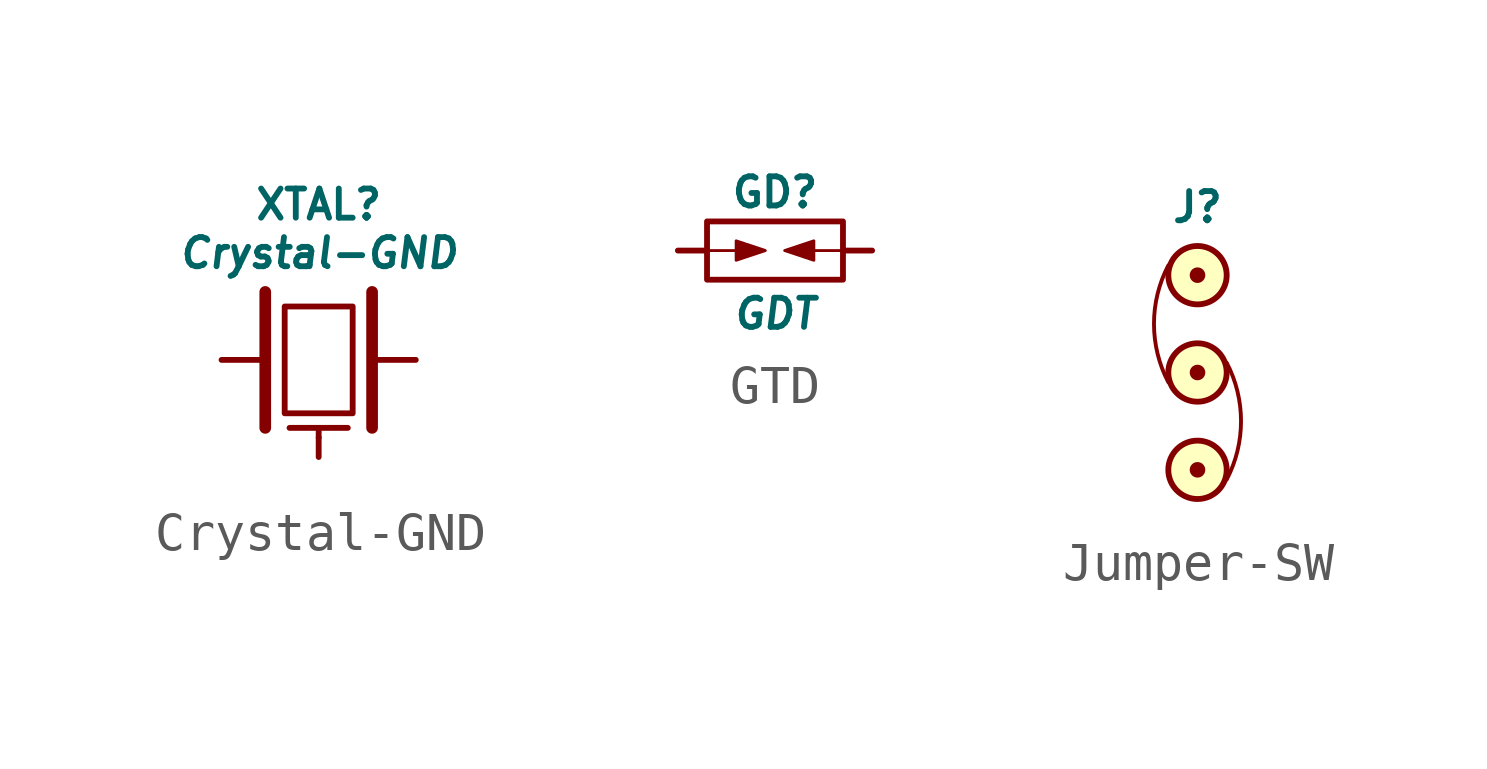
<source format=kicad_sym>
(kicad_symbol_lib
  (version 20231120)
  (generator "kicad_symbol_editor")
  (generator_version "8.0")
  (symbol "Crystal-GND"
    (pin_numbers hide)
    (pin_names
      (offset 0) hide)
    (property "Reference" "XTAL"
      (at 0 4.064 0)
      (effects (font (size 0.762 0.762))))
    (property "Value" "Crystal-GND"
      (at 0 2.794 0)
      (effects (font (size 0.762 0.762) (italic yes))))
    (symbol "Crystal-GND_0_1"
      (polyline (pts (xy -1.397 1.778) (xy -1.397 -1.778)) (stroke (width 0.305) (type solid)) (fill (type none)))
      (polyline (pts (xy -0.762 -1.778) (xy 0.762 -1.778)) (stroke (width 0) (type solid)) (fill (type none)))
      (polyline (pts (xy 0 -2.032) (xy 0 -1.778)) (stroke (width 0) (type solid)) (fill (type none)))
      (polyline (pts (xy 1.397 1.778) (xy 1.397 -1.778)) (stroke (width 0.305) (type solid)) (fill (type none)))
      (rectangle (start 0.889 -1.397) (end -0.889 1.397) (stroke (width 0) (type solid)) (fill (type none))))
    (symbol "Crystal-GND_1_1"
      (pin passive line (at -2.54 0 0) (length 1.143) (name "1" (effects (font (size 0.889 0.889)))) (number "1" (effects (font (size 0.889 0.889)))))
      (pin passive line (at 2.54 0 180) (length 1.143) (name "2" (effects (font (size 0.889 0.889)))) (number "2" (effects (font (size 0.889 0.889)))))
      (pin passive line (at 0 -2.54 90) (length 0.508) (name "GND" (effects (font (size 0.889 0.889)))) (number "3" (effects (font (size 0.889 0.889)))))))
  (symbol "GTD"
    (pin_numbers hide)
    (pin_names
      (offset 0) hide)
    (property "Reference" "GD"
      (at 0 1.524 0)
      (effects (font (size 0.762 0.762))))
    (property "Value" "GDT"
      (at 0 -1.651 0)
      (effects (font (size 0.762 0.762) (italic yes))))
    (symbol "GTD_0_1"
      (rectangle (start -1.778 0.762) (end 1.778 -0.762) (stroke (width 0) (type solid)) (fill (type none)))
      (polyline (pts (xy -1.778 0) (xy -1.016 0)) (stroke (width 0.076) (type solid)) (fill (type none)))
      (polyline (pts (xy 1.016 0) (xy 1.778 0)) (stroke (width 0.076) (type solid)) (fill (type none))))
    (symbol "GTD_1_1"
      (polyline (pts (xy -1.016 0.254) (xy -1.016 -0.254) (xy -0.254 0) (xy -1.016 0.254)) (stroke (width 0.076) (type default)) (fill (type outline)))
      (polyline (pts (xy 1.016 -0.254) (xy 1.016 0.254) (xy 0.254 0) (xy 1.016 -0.254)) (stroke (width 0.076) (type default)) (fill (type outline)))
      (pin passive line (at -2.54 0 0) (length 0.762) (name "1" (effects (font (size 0.508 0.508)))) (number "1" (effects (font (size 0.508 0.508)))))
      (pin passive line (at 2.54 0 180) (length 0.762) (name "2" (effects (font (size 0.508 0.508)))) (number "2" (effects (font (size 0.508 0.508)))))))
  (symbol "Jumper-SW"
    (pin_numbers hide)
    (pin_names
      (offset 0) hide)
    (property "Reference" "J"
      (at 0 4.318 0)
      (effects (font (size 0.762 0.762))))
    (symbol "Jumper-SW_0_1"
      (arc (start -0.762 2.794) (mid -1.1357 1.27) (end -0.762 -0.254) (stroke (width 0.1016) (type solid)) (fill (type none)))
      (circle (center 0 -2.54) (radius 0.127) (stroke (width 0) (type solid)) (fill (type none)))
      (circle (center 0 -2.54) (radius 0.762) (stroke (width 0) (type solid)) (fill (type background)))
      (circle (center 0 0) (radius 0.127) (stroke (width 0) (type solid)) (fill (type none)))
      (circle (center 0 0) (radius 0.762) (stroke (width 0) (type solid)) (fill (type background)))
      (circle (center 0 2.54) (radius 0.127) (stroke (width 0) (type solid)) (fill (type none)))
      (circle (center 0 2.54) (radius 0.762) (stroke (width 0) (type solid)) (fill (type background)))
      (arc (start 0.762 -2.794) (mid 1.1357 -1.27) (end 0.762 0.254) (stroke (width 0.1016) (type solid)) (fill (type none))))
    (symbol "Jumper-SW_1_1"
      (pin passive line (at 0 2.54 0) (length 0) (name "1" (effects (font (size 0.889 0.889)))) (number "1" (effects (font (size 0.889 0.889)))))
      (pin passive line (at 0 0 0) (length 0) (name "2" (effects (font (size 0.889 0.889)))) (number "2" (effects (font (size 0.889 0.889)))))
      (pin passive line (at 0 -2.54 0) (length 0) (name "3" (effects (font (size 0.889 0.889)))) (number "3" (effects (font (size 0.889 0.889))))))))
</source>
